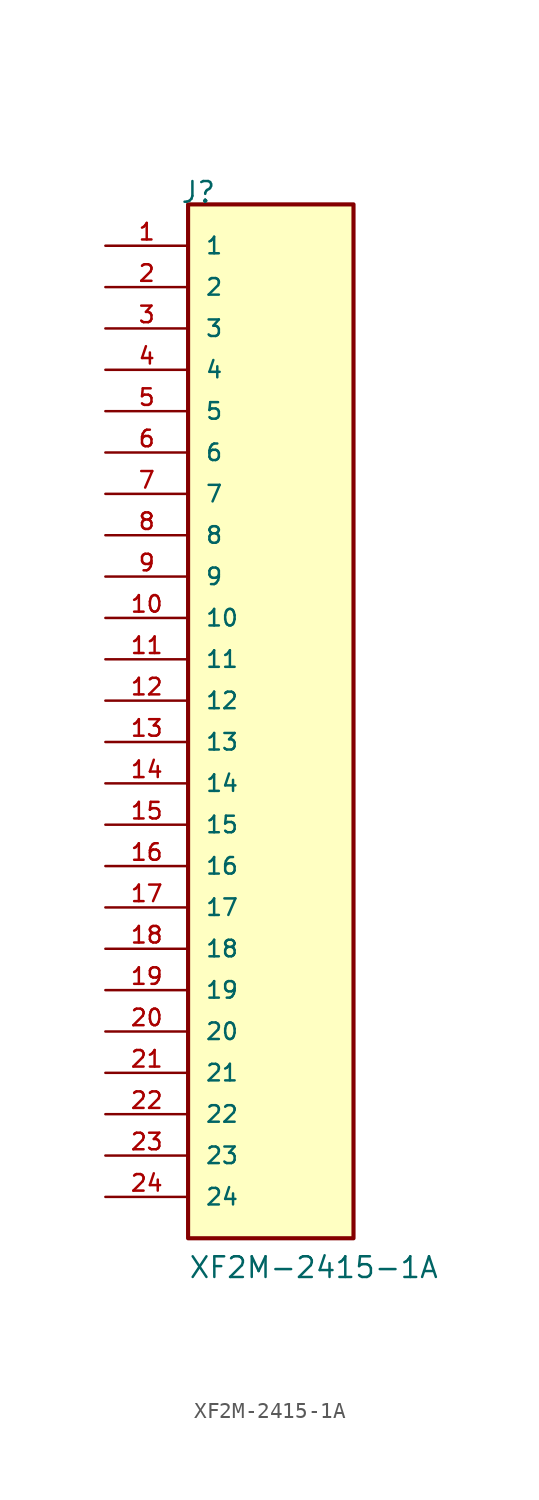
<source format=kicad_sym>
(kicad_symbol_lib
  (version 20211014)
  (generator kicad_symbol_editor)
  (symbol "XF2M-2415-1A"
    (pin_names
      (offset 1.016))
    (property "Reference" "J"
      (at -5.58 33.02 0)
      (effects (font (size 1.27 1.27)) (justify bottom left)))
    (property "Value" "XF2M-2415-1A"
      (at -5.08 -33.02 0)
      (effects (font (size 1.27 1.27)) (justify bottom left)))
    (symbol "XF2M-2415-1A_0_0"
      (rectangle (start -5.08 -30.48) (end 5.08 33.02) (stroke (width 0.254)) (fill (type background)))
      (pin passive line (at -10.16 30.48 0) (length 5.08) (name "1" (effects (font (size 1.016 1.016)))) (number "1" (effects (font (size 1.016 1.016)))))
      (pin passive line (at -10.16 27.94 0) (length 5.08) (name "2" (effects (font (size 1.016 1.016)))) (number "2" (effects (font (size 1.016 1.016)))))
      (pin passive line (at -10.16 25.4 0) (length 5.08) (name "3" (effects (font (size 1.016 1.016)))) (number "3" (effects (font (size 1.016 1.016)))))
      (pin passive line (at -10.16 22.86 0) (length 5.08) (name "4" (effects (font (size 1.016 1.016)))) (number "4" (effects (font (size 1.016 1.016)))))
      (pin passive line (at -10.16 20.32 0) (length 5.08) (name "5" (effects (font (size 1.016 1.016)))) (number "5" (effects (font (size 1.016 1.016)))))
      (pin passive line (at -10.16 17.78 0) (length 5.08) (name "6" (effects (font (size 1.016 1.016)))) (number "6" (effects (font (size 1.016 1.016)))))
      (pin passive line (at -10.16 15.24 0) (length 5.08) (name "7" (effects (font (size 1.016 1.016)))) (number "7" (effects (font (size 1.016 1.016)))))
      (pin passive line (at -10.16 12.7 0) (length 5.08) (name "8" (effects (font (size 1.016 1.016)))) (number "8" (effects (font (size 1.016 1.016)))))
      (pin passive line (at -10.16 10.16 0) (length 5.08) (name "9" (effects (font (size 1.016 1.016)))) (number "9" (effects (font (size 1.016 1.016)))))
      (pin passive line (at -10.16 7.62 0) (length 5.08) (name "10" (effects (font (size 1.016 1.016)))) (number "10" (effects (font (size 1.016 1.016)))))
      (pin passive line (at -10.16 5.08 0) (length 5.08) (name "11" (effects (font (size 1.016 1.016)))) (number "11" (effects (font (size 1.016 1.016)))))
      (pin passive line (at -10.16 2.54 0) (length 5.08) (name "12" (effects (font (size 1.016 1.016)))) (number "12" (effects (font (size 1.016 1.016)))))
      (pin passive line (at -10.16 0.0 0) (length 5.08) (name "13" (effects (font (size 1.016 1.016)))) (number "13" (effects (font (size 1.016 1.016)))))
      (pin passive line (at -10.16 -2.54 0) (length 5.08) (name "14" (effects (font (size 1.016 1.016)))) (number "14" (effects (font (size 1.016 1.016)))))
      (pin passive line (at -10.16 -5.08 0) (length 5.08) (name "15" (effects (font (size 1.016 1.016)))) (number "15" (effects (font (size 1.016 1.016)))))
      (pin passive line (at -10.16 -7.62 0) (length 5.08) (name "16" (effects (font (size 1.016 1.016)))) (number "16" (effects (font (size 1.016 1.016)))))
      (pin passive line (at -10.16 -10.16 0) (length 5.08) (name "17" (effects (font (size 1.016 1.016)))) (number "17" (effects (font (size 1.016 1.016)))))
      (pin passive line (at -10.16 -12.7 0) (length 5.08) (name "18" (effects (font (size 1.016 1.016)))) (number "18" (effects (font (size 1.016 1.016)))))
      (pin passive line (at -10.16 -15.24 0) (length 5.08) (name "19" (effects (font (size 1.016 1.016)))) (number "19" (effects (font (size 1.016 1.016)))))
      (pin passive line (at -10.16 -17.78 0) (length 5.08) (name "20" (effects (font (size 1.016 1.016)))) (number "20" (effects (font (size 1.016 1.016)))))
      (pin passive line (at -10.16 -20.32 0) (length 5.08) (name "21" (effects (font (size 1.016 1.016)))) (number "21" (effects (font (size 1.016 1.016)))))
      (pin passive line (at -10.16 -22.86 0) (length 5.08) (name "22" (effects (font (size 1.016 1.016)))) (number "22" (effects (font (size 1.016 1.016)))))
      (pin passive line (at -10.16 -25.4 0) (length 5.08) (name "23" (effects (font (size 1.016 1.016)))) (number "23" (effects (font (size 1.016 1.016)))))
      (pin passive line (at -10.16 -27.94 0) (length 5.08) (name "24" (effects (font (size 1.016 1.016)))) (number "24" (effects (font (size 1.016 1.016))))))))
</source>
